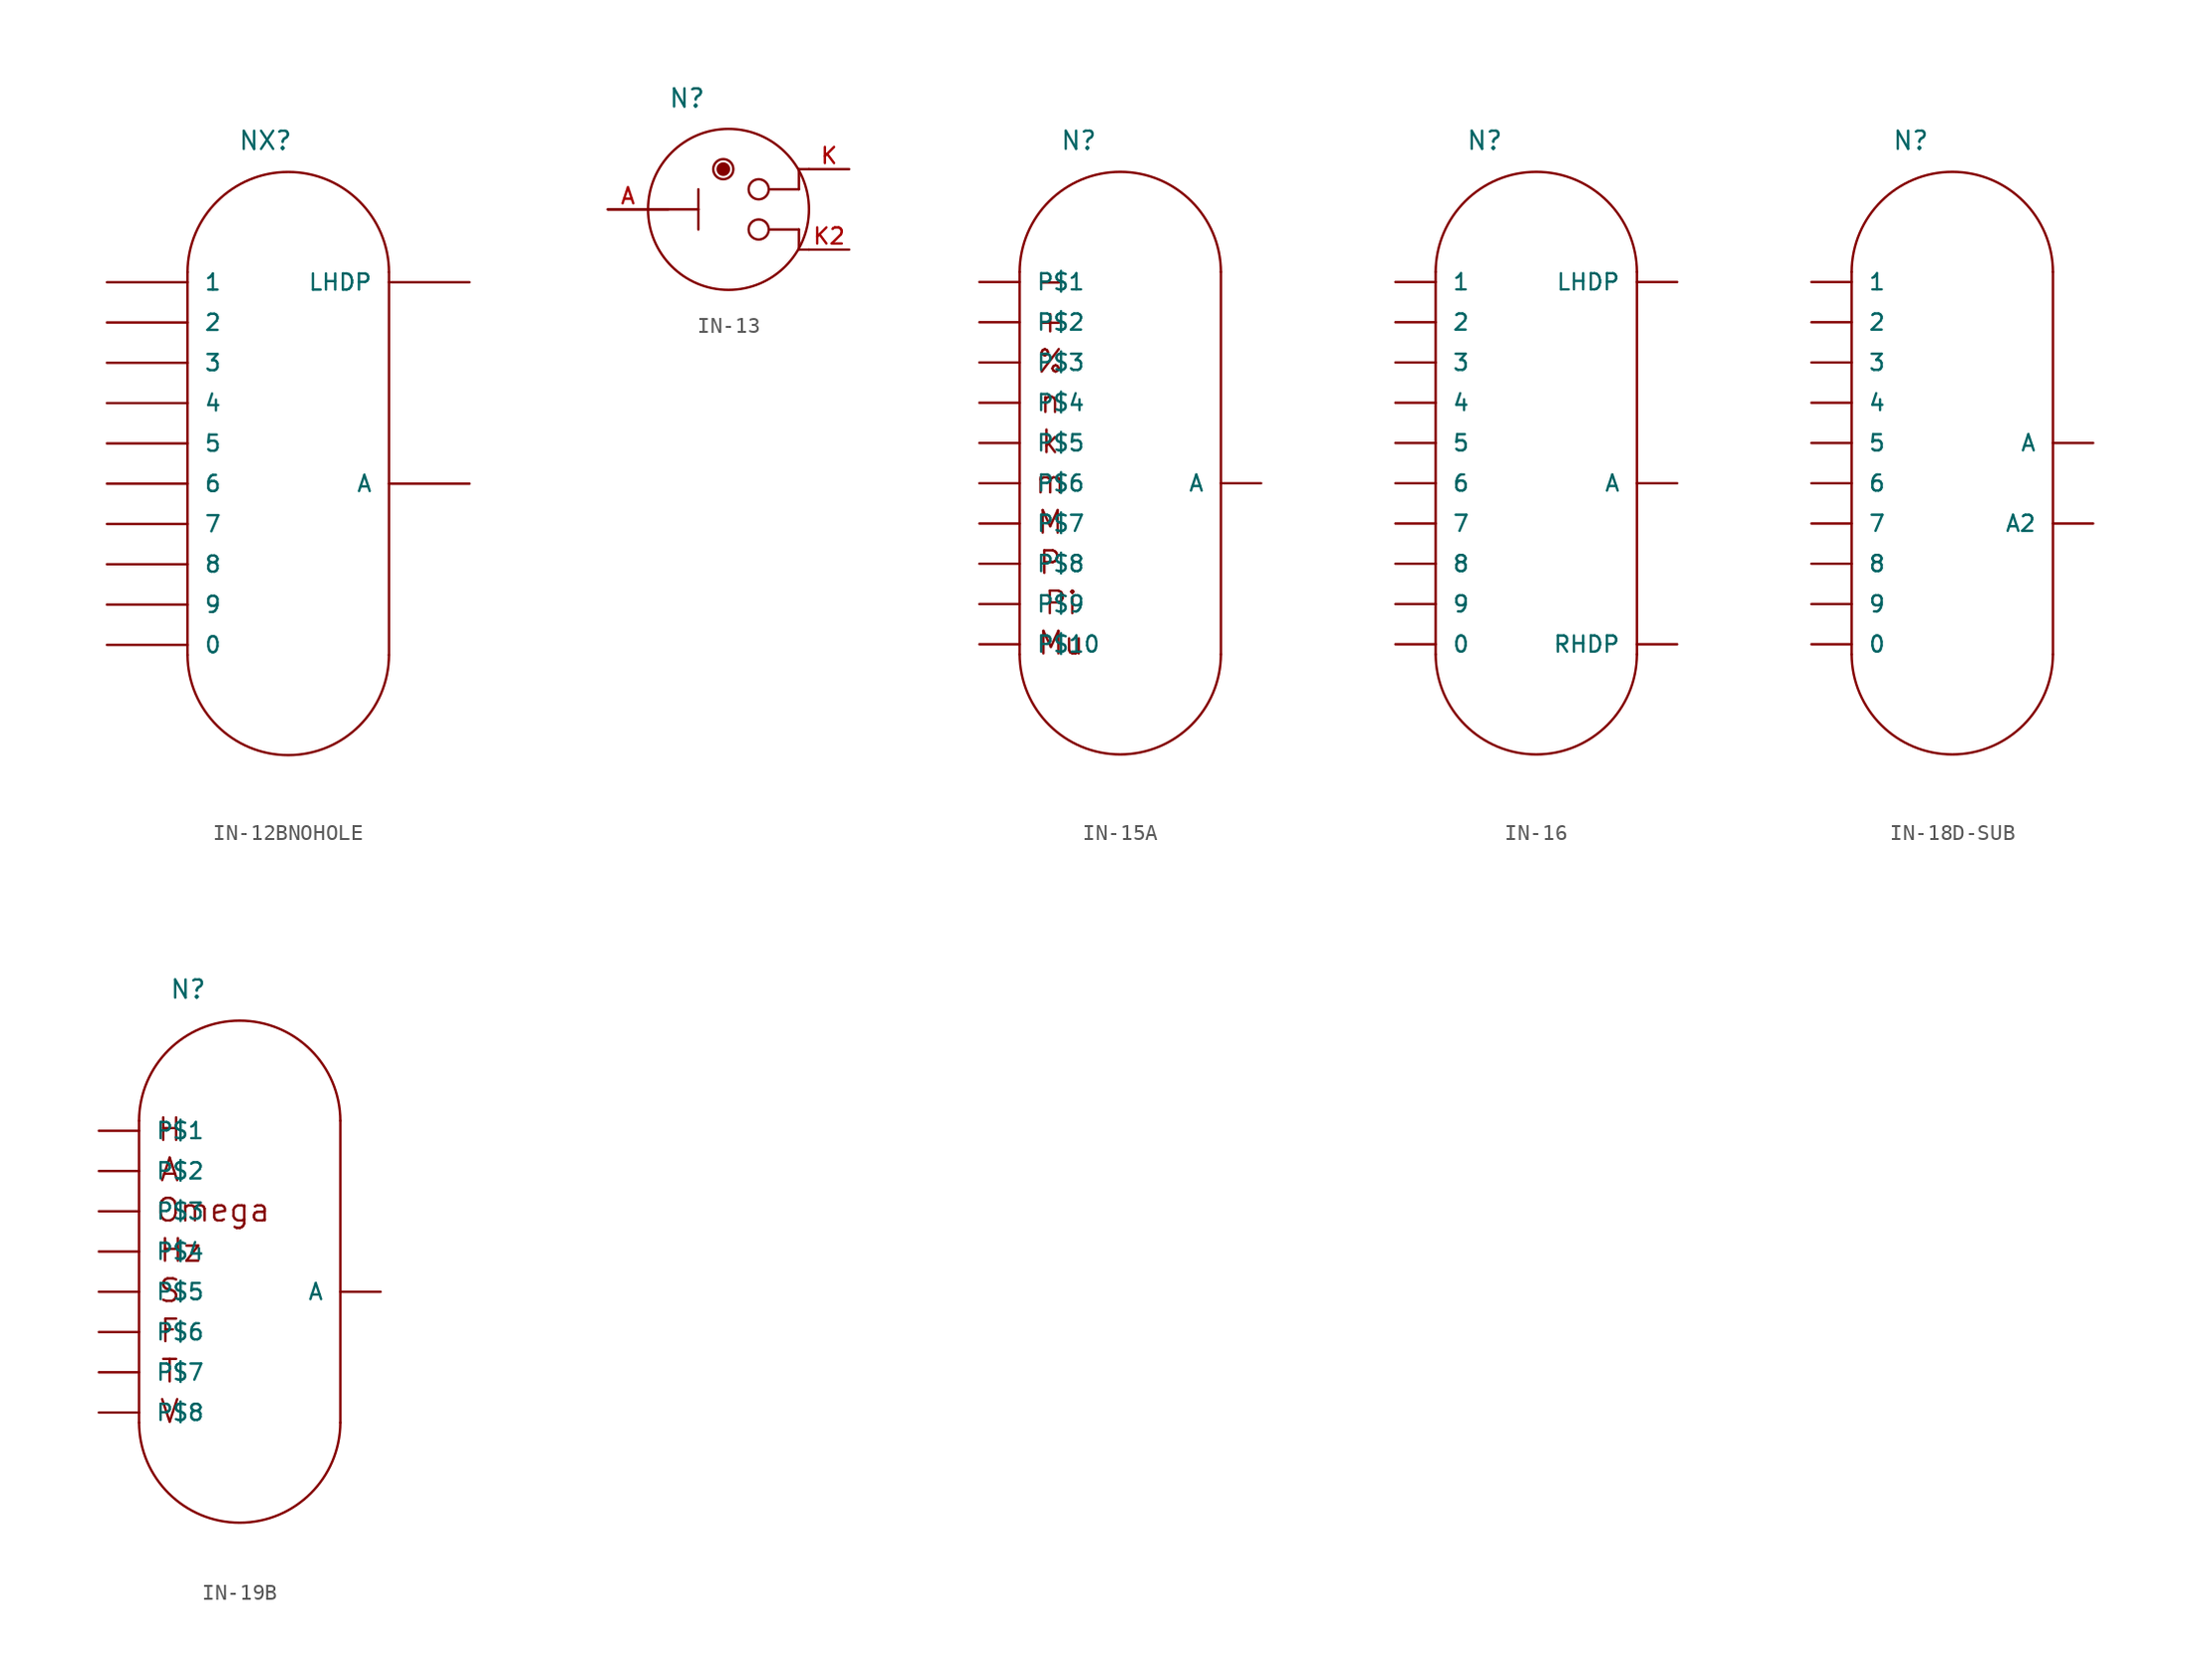
<source format=kicad_sym>
(kicad_symbol_lib
  (version 20211014)
  (generator kicad_symbol_editor)
  (symbol "IN-12BNOHOLE"
    (pin_numbers hide)
    (pin_names
      (offset 1.016))
    (property "Reference" "NX"
      (at -4.445 20.955 0)
      (effects (font (size 1.143 1.143)) (justify left bottom)))
    (property "ki_locked" ""
      (at 0 0 0)
      (effects (font (size 1.27 1.27))))
    (symbol "IN-12BNOHOLE_1_0"
      (polyline (pts (xy -7.62 -10.795) (xy -7.62 13.335)) (stroke (width 0) (type default) (color 0 0 0 0)) (fill (type none)))
      (polyline (pts (xy 5.08 -10.795) (xy 5.08 13.335)) (stroke (width 0) (type default) (color 0 0 0 0)) (fill (type none))))
    (symbol "IN-12BNOHOLE_1_1"
      (arc (start -7.62 -10.795) (mid -1.27 -17.145) (end 5.08 -10.795) (stroke (width 0) (type default) (color 0 0 0 0)) (fill (type none)))
      (arc (start 5.08 13.335) (mid -1.27 19.685) (end -7.62 13.335) (stroke (width 0) (type default) (color 0 0 0 0)) (fill (type none)))
      (pin bidirectional line (at -12.7 -10.16 0) (length 5.08) (name "0" (effects (font (size 1.016 1.016)))) (number "0" (effects (font (size 1.016 1.016)))))
      (pin bidirectional line (at -12.7 12.7 0) (length 5.08) (name "1" (effects (font (size 1.016 1.016)))) (number "1" (effects (font (size 1.016 1.016)))))
      (pin bidirectional line (at -12.7 10.16 0) (length 5.08) (name "2" (effects (font (size 1.016 1.016)))) (number "2" (effects (font (size 1.016 1.016)))))
      (pin bidirectional line (at -12.7 7.62 0) (length 5.08) (name "3" (effects (font (size 1.016 1.016)))) (number "3" (effects (font (size 1.016 1.016)))))
      (pin bidirectional line (at -12.7 5.08 0) (length 5.08) (name "4" (effects (font (size 1.016 1.016)))) (number "4" (effects (font (size 1.016 1.016)))))
      (pin bidirectional line (at -12.7 2.54 0) (length 5.08) (name "5" (effects (font (size 1.016 1.016)))) (number "5" (effects (font (size 1.016 1.016)))))
      (pin bidirectional line (at -12.7 0 0) (length 5.08) (name "6" (effects (font (size 1.016 1.016)))) (number "6" (effects (font (size 1.016 1.016)))))
      (pin bidirectional line (at -12.7 -2.54 0) (length 5.08) (name "7" (effects (font (size 1.016 1.016)))) (number "7" (effects (font (size 1.016 1.016)))))
      (pin bidirectional line (at -12.7 -5.08 0) (length 5.08) (name "8" (effects (font (size 1.016 1.016)))) (number "8" (effects (font (size 1.016 1.016)))))
      (pin bidirectional line (at -12.7 -7.62 0) (length 5.08) (name "9" (effects (font (size 1.016 1.016)))) (number "9" (effects (font (size 1.016 1.016)))))
      (pin bidirectional line (at 10.16 0 180) (length 5.08) (name "A" (effects (font (size 1.016 1.016)))) (number "A" (effects (font (size 1.016 1.016)))))
      (pin bidirectional line (at 10.16 12.7 180) (length 5.08) (name "LHDP" (effects (font (size 1.016 1.016)))) (number "LHDP" (effects (font (size 1.016 1.016)))))))
  (symbol "IN-13"
    (pin_names
      (offset 1.016) hide)
    (property "Reference" "N"
      (at -3.81 6.35 0)
      (effects (font (size 1.143 1.143)) (justify left bottom)))
    (property "ki_locked" ""
      (at 0 0 0)
      (effects (font (size 1.27 1.27))))
    (symbol "IN-13_1_0"
      (polyline (pts (xy -7.62 0) (xy -5.08 0)) (stroke (width 0) (type default) (color 0 0 0 0)) (fill (type none)))
      (polyline (pts (xy -5.08 0) (xy -1.905 0)) (stroke (width 0) (type default) (color 0 0 0 0)) (fill (type none)))
      (polyline (pts (xy -3.81 0) (xy -5.08 0)) (stroke (width 0) (type default) (color 0 0 0 0)) (fill (type none)))
      (polyline (pts (xy -1.905 0) (xy -1.905 -1.27)) (stroke (width 0) (type default) (color 0 0 0 0)) (fill (type none)))
      (polyline (pts (xy -1.905 0) (xy -1.905 1.27)) (stroke (width 0) (type default) (color 0 0 0 0)) (fill (type none)))
      (polyline (pts (xy -0.33 2.515) (xy -0.279 2.515)) (stroke (width 0) (type default) (color 0 0 0 0)) (fill (type none)))
      (polyline (pts (xy 4.445 -1.27) (xy 2.54 -1.27)) (stroke (width 0) (type default) (color 0 0 0 0)) (fill (type none)))
      (polyline (pts (xy 4.445 -1.27) (xy 4.445 -2.54)) (stroke (width 0) (type default) (color 0 0 0 0)) (fill (type none)))
      (polyline (pts (xy 4.445 1.27) (xy 2.54 1.27)) (stroke (width 0) (type default) (color 0 0 0 0)) (fill (type none)))
      (polyline (pts (xy 4.445 1.27) (xy 4.445 2.54)) (stroke (width 0) (type default) (color 0 0 0 0)) (fill (type none)))
      (polyline (pts (xy 5.08 -2.54) (xy 4.445 -2.54)) (stroke (width 0) (type default) (color 0 0 0 0)) (fill (type none)))
      (polyline (pts (xy 5.08 2.54) (xy 4.445 2.54)) (stroke (width 0) (type default) (color 0 0 0 0)) (fill (type none))))
    (symbol "IN-13_1_1"
      (arc (start -0.381 2.5654) (mid -0.3661 2.5295) (end -0.3302 2.5146) (stroke (width 0) (type default) (color 0 0 0 0)) (fill (type none)))
      (circle (center -0.33 2.54) (radius 0.076) (stroke (width 0) (type default) (color 0 0 0 0)) (fill (type outline)))
      (circle (center -0.33 2.54) (radius 0.203) (stroke (width 0) (type default) (color 0 0 0 0)) (fill (type outline)))
      (circle (center -0.33 2.54) (radius 0.254) (stroke (width 0) (type default) (color 0 0 0 0)) (fill (type none)))
      (circle (center -0.33 2.54) (radius 0.356) (stroke (width 0) (type default) (color 0 0 0 0)) (fill (type none)))
      (circle (center -0.33 2.54) (radius 0.635) (stroke (width 0) (type default) (color 0 0 0 0)) (fill (type none)))
      (circle (center 0 0) (radius 5.08) (stroke (width 0) (type default) (color 0 0 0 0)) (fill (type none)))
      (circle (center 1.905 -1.27) (radius 0.635) (stroke (width 0) (type default) (color 0 0 0 0)) (fill (type none)))
      (circle (center 1.905 1.27) (radius 0.635) (stroke (width 0) (type default) (color 0 0 0 0)) (fill (type none)))
      (pin bidirectional line (at -7.62 0 0) (length 2.54) (name "A" (effects (font (size 1.016 1.016)))) (number "A" (effects (font (size 1.016 1.016)))))
      (pin bidirectional line (at 7.62 2.54 180) (length 2.54) (name "K" (effects (font (size 1.016 1.016)))) (number "K" (effects (font (size 1.016 1.016)))))
      (pin bidirectional line (at 7.62 -2.54 180) (length 2.54) (name "K2" (effects (font (size 1.016 1.016)))) (number "K2" (effects (font (size 1.016 1.016)))))))
  (symbol "IN-15A"
    (pin_numbers hide)
    (pin_names
      (offset 1.016))
    (property "Reference" "N"
      (at -2.54 20.955 0)
      (effects (font (size 1.143 1.143)) (justify left bottom)))
    (property "ki_locked" ""
      (at 0 0 0)
      (effects (font (size 1.27 1.27))))
    (symbol "IN-15A_1_0"
      (polyline (pts (xy -5.08 -10.795) (xy -5.08 13.335)) (stroke (width 0) (type default) (color 0 0 0 0)) (fill (type none)))
      (polyline (pts (xy 7.62 -10.795) (xy 7.62 13.335)) (stroke (width 0) (type default) (color 0 0 0 0)) (fill (type none)))
      (text "%" (at -3.15 7.696 0) (effects (font (size 1.422 1.422))))
      (text "+" (at -3.15 10.236 0) (effects (font (size 1.422 1.422))))
      (text "-" (at -3.15 12.776 0) (effects (font (size 1.422 1.422))))
      (text "k" (at -3.15 2.616 0) (effects (font (size 1.422 1.422))))
      (text "M" (at -3.15 -2.464 0) (effects (font (size 1.422 1.422))))
      (text "m" (at -3.15 0.076 0) (effects (font (size 1.422 1.422))))
      (text "Mu" (at -2.464 -10.084 0) (effects (font (size 1.422 1.422))))
      (text "n" (at -3.15 5.156 0) (effects (font (size 1.422 1.422))))
      (text "P" (at -3.15 -5.004 0) (effects (font (size 1.422 1.422))))
      (text "Pi" (at -2.464 -7.544 0) (effects (font (size 1.422 1.422)))))
    (symbol "IN-15A_1_1"
      (arc (start -5.08 -10.795) (mid 1.27 -17.145) (end 7.62 -10.795) (stroke (width 0) (type default) (color 0 0 0 0)) (fill (type none)))
      (arc (start 7.62 13.335) (mid 1.27 19.685) (end -5.08 13.335) (stroke (width 0) (type default) (color 0 0 0 0)) (fill (type none)))
      (pin bidirectional line (at -7.62 -10.16 0) (length 2.54) (name "P$10" (effects (font (size 1.016 1.016)))) (number "0" (effects (font (size 1.016 1.016)))))
      (pin bidirectional line (at -7.62 5.08 0) (length 2.54) (name "P$4" (effects (font (size 1.016 1.016)))) (number "1" (effects (font (size 1.016 1.016)))))
      (pin bidirectional line (at -7.62 7.62 0) (length 2.54) (name "P$3" (effects (font (size 1.016 1.016)))) (number "2" (effects (font (size 1.016 1.016)))))
      (pin bidirectional line (at -7.62 -7.62 0) (length 2.54) (name "P$9" (effects (font (size 1.016 1.016)))) (number "3" (effects (font (size 1.016 1.016)))))
      (pin bidirectional line (at -7.62 2.54 0) (length 2.54) (name "P$5" (effects (font (size 1.016 1.016)))) (number "4" (effects (font (size 1.016 1.016)))))
      (pin bidirectional line (at -7.62 -2.54 0) (length 2.54) (name "P$7" (effects (font (size 1.016 1.016)))) (number "5" (effects (font (size 1.016 1.016)))))
      (pin bidirectional line (at -7.62 0 0) (length 2.54) (name "P$6" (effects (font (size 1.016 1.016)))) (number "6" (effects (font (size 1.016 1.016)))))
      (pin bidirectional line (at -7.62 10.16 0) (length 2.54) (name "P$2" (effects (font (size 1.016 1.016)))) (number "7" (effects (font (size 1.016 1.016)))))
      (pin bidirectional line (at -7.62 12.7 0) (length 2.54) (name "P$1" (effects (font (size 1.016 1.016)))) (number "8" (effects (font (size 1.016 1.016)))))
      (pin bidirectional line (at -7.62 -5.08 0) (length 2.54) (name "P$8" (effects (font (size 1.016 1.016)))) (number "9" (effects (font (size 1.016 1.016)))))
      (pin bidirectional line (at 10.16 0 180) (length 2.54) (name "A" (effects (font (size 1.016 1.016)))) (number "A" (effects (font (size 1.016 1.016)))))))
  (symbol "IN-16"
    (pin_numbers hide)
    (pin_names
      (offset 1.016))
    (property "Reference" "N"
      (at -3.175 20.955 0)
      (effects (font (size 1.143 1.143)) (justify left bottom)))
    (property "ki_locked" ""
      (at 0 0 0)
      (effects (font (size 1.27 1.27))))
    (symbol "IN-16_1_0"
      (polyline (pts (xy -5.08 -10.795) (xy -5.08 13.335)) (stroke (width 0) (type default) (color 0 0 0 0)) (fill (type none)))
      (polyline (pts (xy 7.62 -10.795) (xy 7.62 13.335)) (stroke (width 0) (type default) (color 0 0 0 0)) (fill (type none))))
    (symbol "IN-16_1_1"
      (arc (start -5.08 -10.795) (mid 1.27 -17.145) (end 7.62 -10.795) (stroke (width 0) (type default) (color 0 0 0 0)) (fill (type none)))
      (arc (start 7.62 13.335) (mid 1.27 19.685) (end -5.08 13.335) (stroke (width 0) (type default) (color 0 0 0 0)) (fill (type none)))
      (pin bidirectional line (at -7.62 -10.16 0) (length 2.54) (name "0" (effects (font (size 1.016 1.016)))) (number "0" (effects (font (size 1.016 1.016)))))
      (pin bidirectional line (at -7.62 12.7 0) (length 2.54) (name "1" (effects (font (size 1.016 1.016)))) (number "1" (effects (font (size 1.016 1.016)))))
      (pin bidirectional line (at -7.62 10.16 0) (length 2.54) (name "2" (effects (font (size 1.016 1.016)))) (number "2" (effects (font (size 1.016 1.016)))))
      (pin bidirectional line (at -7.62 7.62 0) (length 2.54) (name "3" (effects (font (size 1.016 1.016)))) (number "3" (effects (font (size 1.016 1.016)))))
      (pin bidirectional line (at -7.62 5.08 0) (length 2.54) (name "4" (effects (font (size 1.016 1.016)))) (number "4" (effects (font (size 1.016 1.016)))))
      (pin bidirectional line (at -7.62 2.54 0) (length 2.54) (name "5" (effects (font (size 1.016 1.016)))) (number "5" (effects (font (size 1.016 1.016)))))
      (pin bidirectional line (at -7.62 0 0) (length 2.54) (name "6" (effects (font (size 1.016 1.016)))) (number "6" (effects (font (size 1.016 1.016)))))
      (pin bidirectional line (at -7.62 -2.54 0) (length 2.54) (name "7" (effects (font (size 1.016 1.016)))) (number "7" (effects (font (size 1.016 1.016)))))
      (pin bidirectional line (at -7.62 -5.08 0) (length 2.54) (name "8" (effects (font (size 1.016 1.016)))) (number "8" (effects (font (size 1.016 1.016)))))
      (pin bidirectional line (at -7.62 -7.62 0) (length 2.54) (name "9" (effects (font (size 1.016 1.016)))) (number "9" (effects (font (size 1.016 1.016)))))
      (pin bidirectional line (at 10.16 0 180) (length 2.54) (name "A" (effects (font (size 1.016 1.016)))) (number "A" (effects (font (size 1.016 1.016)))))
      (pin bidirectional line (at 10.16 12.7 180) (length 2.54) (name "LHDP" (effects (font (size 1.016 1.016)))) (number "LHDP" (effects (font (size 1.016 1.016)))))
      (pin bidirectional line (at 10.16 -10.16 180) (length 2.54) (name "RHDP" (effects (font (size 1.016 1.016)))) (number "RHDP" (effects (font (size 1.016 1.016)))))))
  (symbol "IN-18D-SUB"
    (pin_numbers hide)
    (pin_names
      (offset 1.016))
    (property "Reference" "N"
      (at -5.08 20.955 0)
      (effects (font (size 1.143 1.143)) (justify left bottom)))
    (property "ki_locked" ""
      (at 0 0 0)
      (effects (font (size 1.27 1.27))))
    (symbol "IN-18D-SUB_1_0"
      (polyline (pts (xy -7.62 -10.795) (xy -7.62 13.335)) (stroke (width 0) (type default) (color 0 0 0 0)) (fill (type none)))
      (polyline (pts (xy 5.08 -10.795) (xy 5.08 13.335)) (stroke (width 0) (type default) (color 0 0 0 0)) (fill (type none))))
    (symbol "IN-18D-SUB_1_1"
      (arc (start -7.62 -10.795) (mid -1.27 -17.145) (end 5.08 -10.795) (stroke (width 0) (type default) (color 0 0 0 0)) (fill (type none)))
      (arc (start 5.08 13.335) (mid -1.27 19.685) (end -7.62 13.335) (stroke (width 0) (type default) (color 0 0 0 0)) (fill (type none)))
      (pin bidirectional line (at -10.16 -10.16 0) (length 2.54) (name "0" (effects (font (size 1.016 1.016)))) (number "0" (effects (font (size 1.016 1.016)))))
      (pin bidirectional line (at -10.16 12.7 0) (length 2.54) (name "1" (effects (font (size 1.016 1.016)))) (number "1" (effects (font (size 1.016 1.016)))))
      (pin bidirectional line (at -10.16 10.16 0) (length 2.54) (name "2" (effects (font (size 1.016 1.016)))) (number "2" (effects (font (size 1.016 1.016)))))
      (pin bidirectional line (at -10.16 7.62 0) (length 2.54) (name "3" (effects (font (size 1.016 1.016)))) (number "3" (effects (font (size 1.016 1.016)))))
      (pin bidirectional line (at -10.16 5.08 0) (length 2.54) (name "4" (effects (font (size 1.016 1.016)))) (number "4" (effects (font (size 1.016 1.016)))))
      (pin bidirectional line (at -10.16 2.54 0) (length 2.54) (name "5" (effects (font (size 1.016 1.016)))) (number "5" (effects (font (size 1.016 1.016)))))
      (pin bidirectional line (at -10.16 0 0) (length 2.54) (name "6" (effects (font (size 1.016 1.016)))) (number "6" (effects (font (size 1.016 1.016)))))
      (pin bidirectional line (at -10.16 -2.54 0) (length 2.54) (name "7" (effects (font (size 1.016 1.016)))) (number "7" (effects (font (size 1.016 1.016)))))
      (pin bidirectional line (at -10.16 -5.08 0) (length 2.54) (name "8" (effects (font (size 1.016 1.016)))) (number "8" (effects (font (size 1.016 1.016)))))
      (pin bidirectional line (at -10.16 -7.62 0) (length 2.54) (name "9" (effects (font (size 1.016 1.016)))) (number "9" (effects (font (size 1.016 1.016)))))
      (pin bidirectional line (at 7.62 2.54 180) (length 2.54) (name "A" (effects (font (size 1.016 1.016)))) (number "A" (effects (font (size 1.016 1.016)))))
      (pin bidirectional line (at 7.62 -2.54 180) (length 2.54) (name "A2" (effects (font (size 1.016 1.016)))) (number "A2" (effects (font (size 1.016 1.016)))))))
  (symbol "IN-19B"
    (pin_numbers hide)
    (pin_names
      (offset 1.016))
    (property "Reference" "N"
      (at -3.175 20.955 0)
      (effects (font (size 1.143 1.143)) (justify left bottom)))
    (property "ki_locked" ""
      (at 0 0 0)
      (effects (font (size 1.27 1.27))))
    (symbol "IN-19B_1_0"
      (polyline (pts (xy -5.08 -5.715) (xy -5.08 13.335)) (stroke (width 0) (type default) (color 0 0 0 0)) (fill (type none)))
      (polyline (pts (xy 7.62 -5.715) (xy 7.62 13.335)) (stroke (width 0) (type default) (color 0 0 0 0)) (fill (type none)))
      (text "A" (at -3.15 10.236 0) (effects (font (size 1.422 1.422))))
      (text "F" (at -3.15 0.076 0) (effects (font (size 1.422 1.422))))
      (text "H" (at -3.15 12.776 0) (effects (font (size 1.422 1.422))))
      (text "Hz" (at -2.464 5.156 0) (effects (font (size 1.422 1.422))))
      (text "Omega" (at -0.406 7.696 0) (effects (font (size 1.422 1.422))))
      (text "S" (at -3.15 2.616 0) (effects (font (size 1.422 1.422))))
      (text "T" (at -3.15 -2.464 0) (effects (font (size 1.422 1.422))))
      (text "V" (at -3.15 -5.004 0) (effects (font (size 1.422 1.422)))))
    (symbol "IN-19B_1_1"
      (arc (start -5.08 -5.715) (mid 1.27 -12.065) (end 7.62 -5.715) (stroke (width 0) (type default) (color 0 0 0 0)) (fill (type none)))
      (arc (start 7.62 13.335) (mid 1.27 19.685) (end -5.08 13.335) (stroke (width 0) (type default) (color 0 0 0 0)) (fill (type none)))
      (pin bidirectional line (at -7.62 -2.54 0) (length 2.54) (name "P$7" (effects (font (size 1.016 1.016)))) (number "10" (effects (font (size 1.016 1.016)))))
      (pin bidirectional line (at -7.62 10.16 0) (length 2.54) (name "P$2" (effects (font (size 1.016 1.016)))) (number "11" (effects (font (size 1.016 1.016)))))
      (pin bidirectional line (at -7.62 7.62 0) (length 2.54) (name "P$3" (effects (font (size 1.016 1.016)))) (number "12" (effects (font (size 1.016 1.016)))))
      (pin bidirectional line (at -7.62 5.08 0) (length 2.54) (name "P$4" (effects (font (size 1.016 1.016)))) (number "14" (effects (font (size 1.016 1.016)))))
      (pin bidirectional line (at -7.62 2.54 0) (length 2.54) (name "P$5" (effects (font (size 1.016 1.016)))) (number "2" (effects (font (size 1.016 1.016)))))
      (pin bidirectional line (at -7.62 0 0) (length 2.54) (name "P$6" (effects (font (size 1.016 1.016)))) (number "4" (effects (font (size 1.016 1.016)))))
      (pin bidirectional line (at -7.62 12.7 0) (length 2.54) (name "P$1" (effects (font (size 1.016 1.016)))) (number "5" (effects (font (size 1.016 1.016)))))
      (pin bidirectional line (at -7.62 -5.08 0) (length 2.54) (name "P$8" (effects (font (size 1.016 1.016)))) (number "6" (effects (font (size 1.016 1.016)))))
      (pin bidirectional line (at 10.16 2.54 180) (length 2.54) (name "A" (effects (font (size 1.016 1.016)))) (number "8" (effects (font (size 1.016 1.016))))))))
</source>
